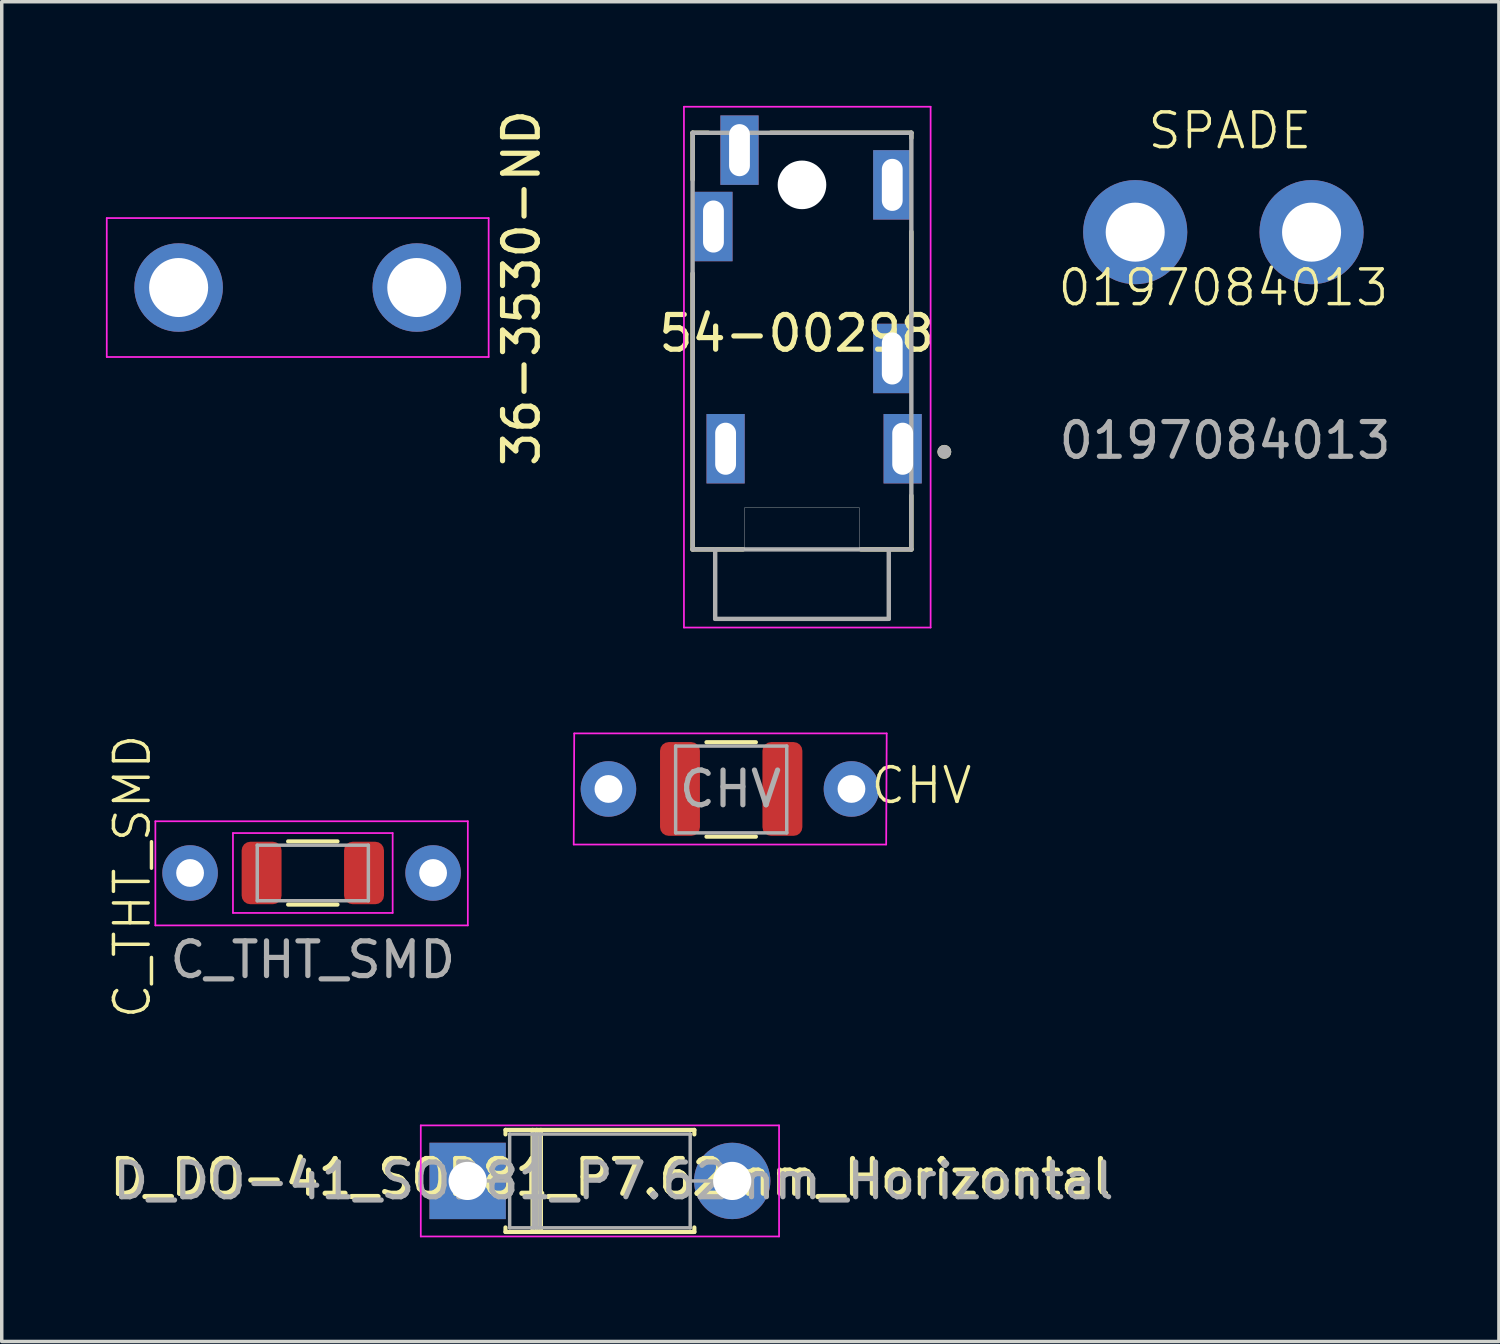
<source format=kicad_pcb>
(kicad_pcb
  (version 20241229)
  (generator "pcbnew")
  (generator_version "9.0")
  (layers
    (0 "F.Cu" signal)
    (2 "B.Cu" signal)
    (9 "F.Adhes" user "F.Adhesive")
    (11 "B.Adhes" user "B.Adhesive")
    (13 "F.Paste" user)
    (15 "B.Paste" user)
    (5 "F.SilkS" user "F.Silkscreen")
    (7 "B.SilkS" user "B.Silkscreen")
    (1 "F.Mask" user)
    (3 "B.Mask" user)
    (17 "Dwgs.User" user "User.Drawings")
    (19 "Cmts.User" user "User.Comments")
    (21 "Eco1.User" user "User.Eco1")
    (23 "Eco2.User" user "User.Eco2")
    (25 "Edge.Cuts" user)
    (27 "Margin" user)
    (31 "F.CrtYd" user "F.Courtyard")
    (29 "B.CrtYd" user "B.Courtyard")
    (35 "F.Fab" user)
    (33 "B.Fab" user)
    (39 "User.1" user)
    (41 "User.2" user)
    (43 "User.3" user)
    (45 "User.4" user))
  (footprint "36-3530-ND"
    (layer "F.Cu")
    (at 5.525 5.232)
    (property "Reference" "36-3530-ND" (at 6.445 0.013 270) (layer "F.SilkS") (effects (font (size 1 1) (thickness 0.15))))
    (attr through_hole)
    (fp_line (start -5.5 -2) (end 5.5 -2) (stroke (width 0.05) (type default)) (layer "F.CrtYd"))
    (fp_line (start -5.5 2) (end -5.5 -2) (stroke (width 0.05) (type solid)) (layer "F.CrtYd"))
    (fp_line (start -5.5 2) (end 5.5 2) (stroke (width 0.05) (type default)) (layer "F.CrtYd"))
    (fp_line (start 5.5 -2) (end 5.5 2) (stroke (width 0.05) (type solid)) (layer "F.CrtYd"))
    (pad "1" thru_hole circle (at -3.43 0) (size 2.55 2.55) (drill 1.7) (layers "*.Cu" "*.Mask"))
    (pad "1" thru_hole circle (at 3.43 0) (size 2.55 2.55) (drill 1.7) (layers "*.Cu" "*.Mask")))
  (footprint "CHV"
    (layer "F.Cu")
    (at 18.19 19.675)
    (property "Reference" "CHV" (at 5.3 -0.1 0) (unlocked yes) (layer "F.SilkS") (effects (font (size 1 1) (thickness 0.1))))
    (attr smd)
    (fp_line (start -0.891 -1.346) (end 0.532 -1.346) (stroke (width 0.12) (type solid)) (layer "F.SilkS"))
    (fp_line (start -0.891 1.374) (end 0.532 1.374) (stroke (width 0.12) (type solid)) (layer "F.SilkS"))
    (fp_line (start -4.715 1.6) (end 4.285 1.6) (stroke (width 0.05) (type solid)) (layer "F.CrtYd"))
    (fp_line (start -4.7 -1.6) (end -4.715 1.6) (stroke (width 0.05) (type solid)) (layer "F.CrtYd"))
    (fp_line (start 4.285 1.6) (end 4.3 -1.6) (stroke (width 0.05) (type solid)) (layer "F.CrtYd"))
    (fp_line (start 4.3 -1.6) (end -4.7 -1.6) (stroke (width 0.05) (type solid)) (layer "F.CrtYd"))
    (fp_line (start -1.779 -1.236) (end 1.421 -1.236) (stroke (width 0.1) (type solid)) (layer "F.Fab"))
    (fp_line (start -1.779 1.264) (end -1.779 -1.236) (stroke (width 0.1) (type solid)) (layer "F.Fab"))
    (fp_line (start 1.421 -1.236) (end 1.421 1.264) (stroke (width 0.1) (type solid)) (layer "F.Fab"))
    (fp_line (start 1.421 1.264) (end -1.779 1.264) (stroke (width 0.1) (type solid)) (layer "F.Fab"))
    (fp_text user "${REFERENCE}" (at -0.2 0 0) (unlocked yes) (layer "F.Fab") (effects (font (size 1 1) (thickness 0.15))))
    (pad "1" thru_hole circle (at -3.715 0) (size 1.6 1.6) (drill 0.8) (layers "*.Cu" "*.Mask"))
    (pad "1" smd roundrect (at -1.654 0) (size 1.15 2.7) (layers "F.Cu" "F.Mask" "F.Paste") (roundrect_rratio 0.217))
    (pad "2" smd roundrect (at 1.296 0) (size 1.15 2.7) (layers "F.Cu" "F.Mask" "F.Paste") (roundrect_rratio 0.217))
    (pad "2" thru_hole oval (at 3.285 0) (size 1.6 1.6) (drill 0.8) (layers "*.Cu" "*.Mask")))
  (footprint "D_DO-41_SOD81_P7.62mm_Horizontal"
    (layer "F.Cu")
    (at 10.42 30.965)
    (property "Reference" "D_DO-41_SOD81_P7.62mm_Horizontal" (at 4.11 -0.1 180) (layer "F.SilkS") (effects (font (size 1 1) (thickness 0.15))))
    (attr through_hole)
    (fp_line (start 1.09 -1.47) (end 6.53 -1.47) (stroke (width 0.12) (type solid)) (layer "F.SilkS"))
    (fp_line (start 1.09 -1.34) (end 1.09 -1.47) (stroke (width 0.12) (type solid)) (layer "F.SilkS"))
    (fp_line (start 1.09 1.34) (end 1.09 1.47) (stroke (width 0.12) (type solid)) (layer "F.SilkS"))
    (fp_line (start 1.09 1.47) (end 6.53 1.47) (stroke (width 0.12) (type solid)) (layer "F.SilkS"))
    (fp_line (start 1.87 -1.47) (end 1.87 1.47) (stroke (width 0.12) (type solid)) (layer "F.SilkS"))
    (fp_line (start 1.99 -1.47) (end 1.99 1.47) (stroke (width 0.12) (type solid)) (layer "F.SilkS"))
    (fp_line (start 2.11 -1.47) (end 2.11 1.47) (stroke (width 0.12) (type solid)) (layer "F.SilkS"))
    (fp_line (start 6.53 -1.47) (end 6.53 -1.34) (stroke (width 0.12) (type solid)) (layer "F.SilkS"))
    (fp_line (start 6.53 1.47) (end 6.53 1.34) (stroke (width 0.12) (type solid)) (layer "F.SilkS"))
    (fp_line (start -1.35 -1.6) (end -1.35 1.6) (stroke (width 0.05) (type solid)) (layer "F.CrtYd"))
    (fp_line (start -1.35 1.6) (end 8.97 1.6) (stroke (width 0.05) (type solid)) (layer "F.CrtYd"))
    (fp_line (start 8.97 -1.6) (end -1.35 -1.6) (stroke (width 0.05) (type solid)) (layer "F.CrtYd"))
    (fp_line (start 8.97 1.6) (end 8.97 -1.6) (stroke (width 0.05) (type solid)) (layer "F.CrtYd"))
    (fp_line (start 0 0) (end 1.21 0) (stroke (width 0.1) (type solid)) (layer "F.Fab"))
    (fp_line (start 1.21 -1.35) (end 1.21 1.35) (stroke (width 0.1) (type solid)) (layer "F.Fab"))
    (fp_line (start 1.21 1.35) (end 6.41 1.35) (stroke (width 0.1) (type solid)) (layer "F.Fab"))
    (fp_line (start 1.89 -1.35) (end 1.89 1.35) (stroke (width 0.1) (type solid)) (layer "F.Fab"))
    (fp_line (start 1.99 -1.35) (end 1.99 1.35) (stroke (width 0.1) (type solid)) (layer "F.Fab"))
    (fp_line (start 2.09 -1.35) (end 2.09 1.35) (stroke (width 0.1) (type solid)) (layer "F.Fab"))
    (fp_line (start 6.41 -1.35) (end 1.21 -1.35) (stroke (width 0.1) (type solid)) (layer "F.Fab"))
    (fp_line (start 6.41 1.35) (end 6.41 -1.35) (stroke (width 0.1) (type solid)) (layer "F.Fab"))
    (fp_line (start 7.62 0) (end 6.41 0) (stroke (width 0.1) (type solid)) (layer "F.Fab"))
    (fp_text user "${REFERENCE}" (at 4.2 0 0) (layer "F.Fab") (effects (font (size 1 1) (thickness 0.15))))
    (pad "1" thru_hole rect (at 0 0) (size 2.2 2.2) (drill 1.1) (layers "*.Cu" "*.Mask"))
    (pad "2" thru_hole oval (at 7.62 0) (size 2.2 2.2) (drill 1.1) (layers "*.Cu" "*.Mask")))
  (footprint "54-00298"
    (layer "F.Cu")
    (at 20.05 7.775)
    (property "Reference" "54-00298" (at -0.154 -1.222 0) (layer "F.SilkS") (effects (font (size 1 1) (thickness 0.15))))
    (attr through_hole)
    (fp_line (start -3.15 -7) (end -3.15 -5.65) (stroke (width 0.127) (type solid)) (layer "F.SilkS"))
    (fp_line (start -3.15 -2.95) (end -3.15 5) (stroke (width 0.127) (type solid)) (layer "F.SilkS"))
    (fp_line (start -3.15 5) (end -1.7 5) (stroke (width 0.127) (type solid)) (layer "F.SilkS"))
    (fp_line (start -2.7 -7) (end -3.15 -7) (stroke (width 0.127) (type solid)) (layer "F.SilkS"))
    (fp_line (start -0.9 -7) (end 3.15 -7) (stroke (width 0.127) (type solid)) (layer "F.SilkS"))
    (fp_line (start 1.7 5) (end 3.15 5) (stroke (width 0.127) (type solid)) (layer "F.SilkS"))
    (fp_line (start 3.15 -7) (end 3.15 -6.85) (stroke (width 0.127) (type solid)) (layer "F.SilkS"))
    (fp_line (start 3.15 -4.15) (end 3.15 -1.85) (stroke (width 0.127) (type solid)) (layer "F.SilkS"))
    (fp_line (start 3.15 5) (end 3.15 3.45) (stroke (width 0.127) (type solid)) (layer "F.SilkS"))
    (fp_circle (center 4.1 2.19) (end 4.2 2.19) (stroke (width 0.2) (type solid)) (fill no) (layer "F.SilkS"))
    (fp_line (start -1.65 3.8) (end 1.65 3.8) (stroke (width 0.01) (type solid)) (layer "Edge.Cuts"))
    (fp_line (start -1.65 5) (end -1.65 3.8) (stroke (width 0.01) (type solid)) (layer "Edge.Cuts"))
    (fp_line (start 1.65 3.8) (end 1.65 5) (stroke (width 0.01) (type solid)) (layer "Edge.Cuts"))
    (fp_line (start 1.65 5) (end -1.65 5) (stroke (width 0.01) (type solid)) (layer "Edge.Cuts"))
    (fp_line (start -3.4 -7.75) (end -3.4 7.25) (stroke (width 0.05) (type solid)) (layer "F.CrtYd"))
    (fp_line (start -3.4 7.25) (end 3.705 7.25) (stroke (width 0.05) (type solid)) (layer "F.CrtYd"))
    (fp_line (start 3.705 -7.75) (end -3.4 -7.75) (stroke (width 0.05) (type solid)) (layer "F.CrtYd"))
    (fp_line (start 3.705 7.25) (end 3.705 -7.75) (stroke (width 0.05) (type solid)) (layer "F.CrtYd"))
    (fp_line (start -3.15 -7) (end 3.15 -7) (stroke (width 0.127) (type solid)) (layer "F.Fab"))
    (fp_line (start -3.15 5) (end -3.15 -7) (stroke (width 0.127) (type solid)) (layer "F.Fab"))
    (fp_line (start -2.5 5) (end -3.15 5) (stroke (width 0.127) (type solid)) (layer "F.Fab"))
    (fp_line (start -2.5 5) (end -2.5 7) (stroke (width 0.127) (type solid)) (layer "F.Fab"))
    (fp_line (start -2.5 7) (end 2.5 7) (stroke (width 0.127) (type solid)) (layer "F.Fab"))
    (fp_line (start 2.5 5) (end -2.5 5) (stroke (width 0.127) (type solid)) (layer "F.Fab"))
    (fp_line (start 2.5 7) (end 2.5 5) (stroke (width 0.127) (type solid)) (layer "F.Fab"))
    (fp_line (start 3.15 -7) (end 3.15 5) (stroke (width 0.127) (type solid)) (layer "F.Fab"))
    (fp_line (start 3.15 5) (end 2.5 5) (stroke (width 0.127) (type solid)) (layer "F.Fab"))
    (fp_circle (center 4.1 2.19) (end 4.2 2.19) (stroke (width 0.2) (type solid)) (fill no) (layer "F.Fab"))
    (pad "" np_thru_hole circle (at 0 -5.5) (size 1.4 1.4) (drill 1.4) (layers "*.Cu" "*.Mask"))
    (pad "1" thru_hole rect (at 2.9 2.1) (size 1.1 2) (drill oval 0.6 1.5) (layers "*.Cu" "*.Mask"))
    (pad "2" thru_hole rect (at -2.2 2.1) (size 1.1 2) (drill oval 0.6 1.5) (layers "*.Cu" "*.Mask"))
    (pad "3" thru_hole rect (at 2.6 -0.5) (size 1.1 2) (drill oval 0.6 1.5) (layers "*.Cu" "*.Mask"))
    (pad "4" thru_hole rect (at -2.55 -4.3) (size 1.1 2) (drill oval 0.6 1.5) (layers "*.Cu" "*.Mask"))
    (pad "5" thru_hole rect (at -1.8 -6.5) (size 1.1 2) (drill oval 0.6 1.5) (layers "*.Cu" "*.Mask"))
    (pad "6" thru_hole rect (at 2.6 -5.5) (size 1.1 2) (drill oval 0.6 1.5) (layers "*.Cu" "*.Mask")))
  (footprint "C_THT_SMD"
    (layer "F.Cu")
    (at 5.96 22.095)
    (property "Reference" "C_THT_SMD" (at -5.2 0.1 90) (unlocked yes) (layer "F.SilkS") (effects (font (size 1 1) (thickness 0.1))))
    (attr smd)
    (fp_line (start -0.711 -0.91) (end 0.711 -0.91) (stroke (width 0.12) (type solid)) (layer "F.SilkS"))
    (fp_line (start -0.711 0.91) (end 0.711 0.91) (stroke (width 0.12) (type solid)) (layer "F.SilkS"))
    (fp_line (start -4.535 -1.49) (end -4.535 1.51) (stroke (width 0.05) (type solid)) (layer "F.CrtYd"))
    (fp_line (start -4.535 1.51) (end 4.465 1.51) (stroke (width 0.05) (type solid)) (layer "F.CrtYd"))
    (fp_line (start -2.3 -1.15) (end 2.3 -1.15) (stroke (width 0.05) (type solid)) (layer "F.CrtYd"))
    (fp_line (start -2.3 1.15) (end -2.3 -1.15) (stroke (width 0.05) (type solid)) (layer "F.CrtYd"))
    (fp_line (start 2.3 -1.15) (end 2.3 1.15) (stroke (width 0.05) (type solid)) (layer "F.CrtYd"))
    (fp_line (start 2.3 1.15) (end -2.3 1.15) (stroke (width 0.05) (type solid)) (layer "F.CrtYd"))
    (fp_line (start 4.465 -1.49) (end -4.535 -1.49) (stroke (width 0.05) (type solid)) (layer "F.CrtYd"))
    (fp_line (start 4.465 1.51) (end 4.465 -1.49) (stroke (width 0.05) (type solid)) (layer "F.CrtYd"))
    (fp_line (start -1.6 -0.8) (end 1.6 -0.8) (stroke (width 0.1) (type solid)) (layer "F.Fab"))
    (fp_line (start -1.6 0.8) (end -1.6 -0.8) (stroke (width 0.1) (type solid)) (layer "F.Fab"))
    (fp_line (start 1.6 -0.8) (end 1.6 0.8) (stroke (width 0.1) (type solid)) (layer "F.Fab"))
    (fp_line (start 1.6 0.8) (end -1.6 0.8) (stroke (width 0.1) (type solid)) (layer "F.Fab"))
    (fp_text user "${REFERENCE}" (at 0 2.5 0) (unlocked yes) (layer "F.Fab") (effects (font (size 1 1) (thickness 0.15))))
    (pad "1" thru_hole circle (at -3.535 0) (size 1.6 1.6) (drill 0.8) (layers "*.Cu" "*.Mask"))
    (pad "1" smd roundrect (at -1.475 0) (size 1.15 1.8) (layers "F.Cu" "F.Mask" "F.Paste") (roundrect_rratio 0.217))
    (pad "2" smd roundrect (at 1.475 0) (size 1.15 1.8) (layers "F.Cu" "F.Mask" "F.Paste") (roundrect_rratio 0.217))
    (pad "2" thru_hole oval (at 3.465 0) (size 1.6 1.6) (drill 0.8) (layers "*.Cu" "*.Mask")))
  (footprint "0197084013"
    (layer "F.Cu")
    (at 32.188 3.637)
    (property "Reference" "0197084013" (at 0 1.6 0) (unlocked yes) (layer "F.SilkS") (effects (font (size 1 1) (thickness 0.1))))
    (attr through_hole)
    (fp_text user "SPADE" (at -2.235 -2.337 0) (unlocked yes) (layer "F.SilkS") (effects (font (size 1 1) (thickness 0.1)) (justify left bottom)))
    (fp_text user "${REFERENCE}" (at 0.048 6 0) (unlocked yes) (layer "F.Fab") (effects (font (size 1 1) (thickness 0.15))))
    (pad "1" thru_hole circle (at -2.54 0) (size 3 3) (drill 1.7) (layers "*.Cu" "*.Mask"))
    (pad "2" thru_hole circle (at 2.54 0) (size 3 3) (drill 1.7) (layers "*.Cu" "*.Mask")))
  (gr_rect
    (start -3 -3)
    (end 40.124 35.59)
    (stroke (width 0.1) (type default))
    (fill no)
    (layer "Edge.Cuts")))
</source>
